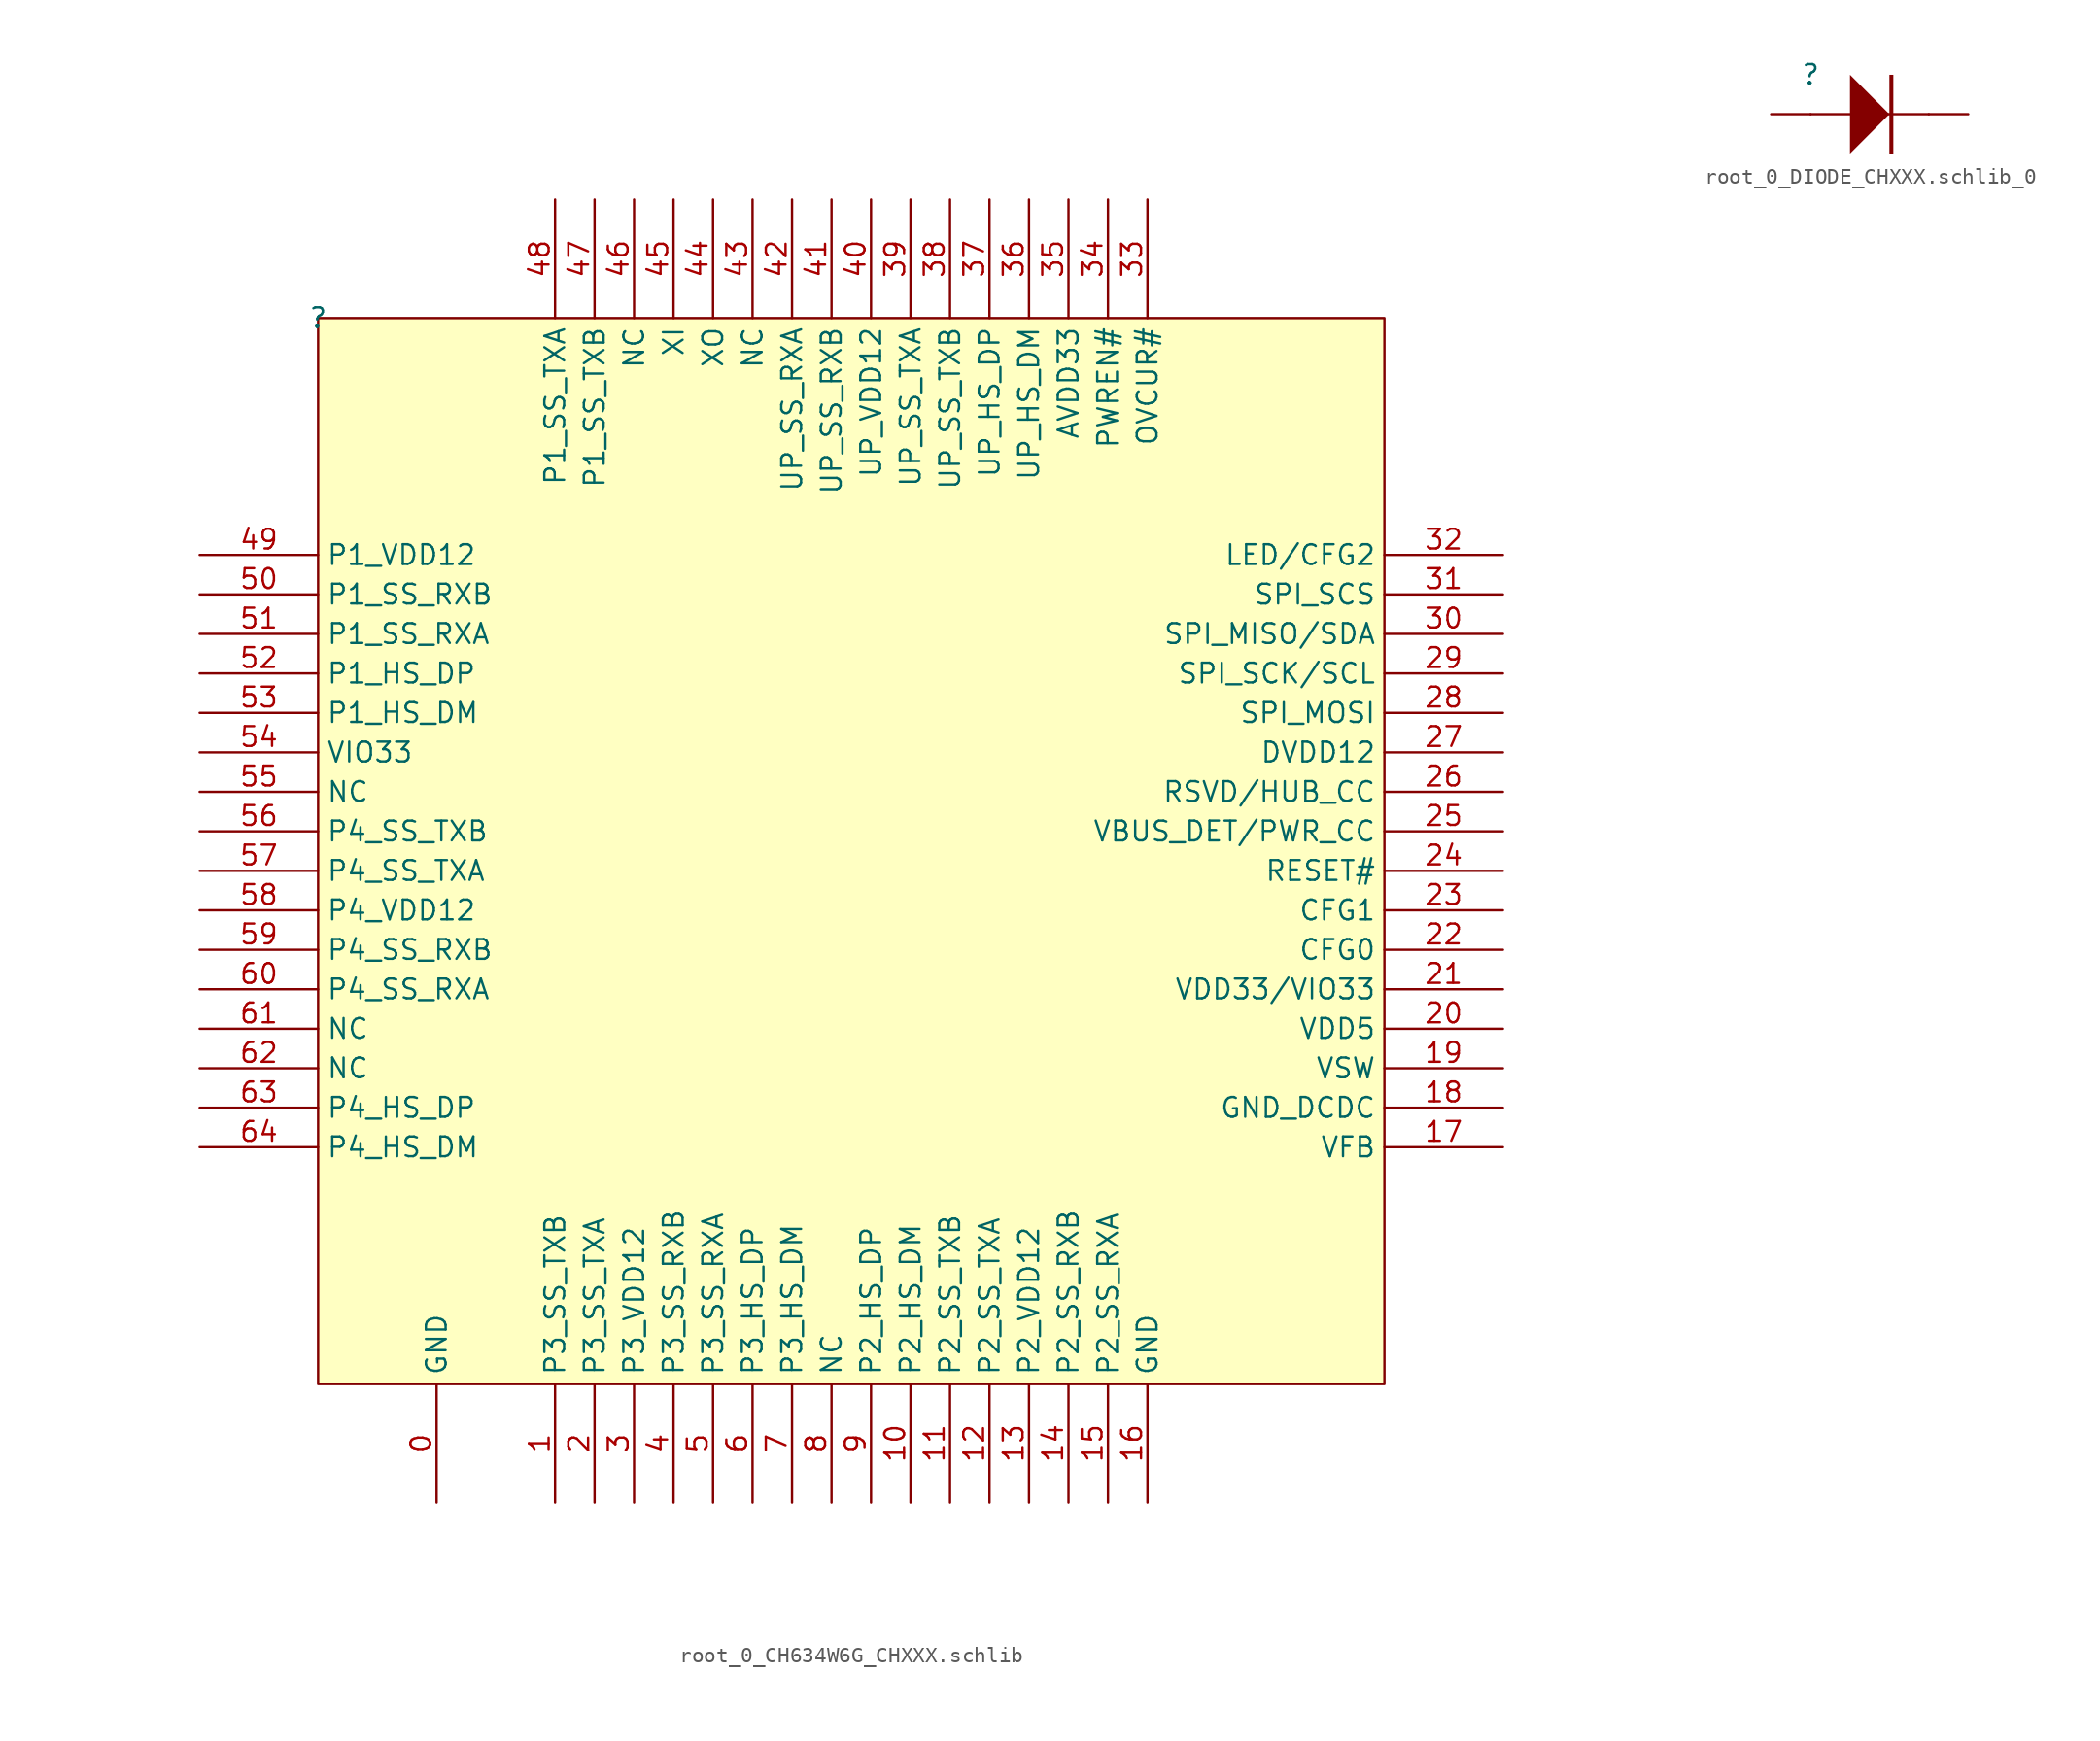
<source format=kicad_sym>
(kicad_symbol_lib
  (version 20241209)
  (generator "kicad_symbol_editor")
  (generator_version "9.0")
  (symbol "root_0_CH634W6G_CHXXX.schlib"
    (property "Reference" ""
      (at 0 0 0)
      (effects (font (size 1.27 1.27))))
    (property "Value" ""
      (at 0 0 0)
      (effects (font (size 1.27 1.27))))
    (symbol "root_0_CH634W6G_CHXXX.schlib_1_0"
      (rectangle (start 68.58 0) (end 0 -68.58) (stroke (width 0) (type solid) (color 128 0 0 1)) (fill (type background)))
      (pin power_in line (at -7.62 -15.24 0) (length 7.62) (name "P1_VDD12" (effects (font (size 1.27 1.27)))) (number "49" (effects (font (size 1.27 1.27)))))
      (pin bidirectional line (at -7.62 -17.78 0) (length 7.62) (name "P1_SS_RXB" (effects (font (size 1.27 1.27)))) (number "50" (effects (font (size 1.27 1.27)))))
      (pin bidirectional line (at -7.62 -20.32 0) (length 7.62) (name "P1_SS_RXA" (effects (font (size 1.27 1.27)))) (number "51" (effects (font (size 1.27 1.27)))))
      (pin bidirectional line (at -7.62 -22.86 0) (length 7.62) (name "P1_HS_DP" (effects (font (size 1.27 1.27)))) (number "52" (effects (font (size 1.27 1.27)))))
      (pin bidirectional line (at -7.62 -25.4 0) (length 7.62) (name "P1_HS_DM" (effects (font (size 1.27 1.27)))) (number "53" (effects (font (size 1.27 1.27)))))
      (pin power_in line (at -7.62 -27.94 0) (length 7.62) (name "VIO33" (effects (font (size 1.27 1.27)))) (number "54" (effects (font (size 1.27 1.27)))))
      (pin passive line (at -7.62 -30.48 0) (length 7.62) (name "NC" (effects (font (size 1.27 1.27)))) (number "55" (effects (font (size 1.27 1.27)))))
      (pin bidirectional line (at -7.62 -33.02 0) (length 7.62) (name "P4_SS_TXB" (effects (font (size 1.27 1.27)))) (number "56" (effects (font (size 1.27 1.27)))))
      (pin bidirectional line (at -7.62 -35.56 0) (length 7.62) (name "P4_SS_TXA" (effects (font (size 1.27 1.27)))) (number "57" (effects (font (size 1.27 1.27)))))
      (pin power_in line (at -7.62 -38.1 0) (length 7.62) (name "P4_VDD12" (effects (font (size 1.27 1.27)))) (number "58" (effects (font (size 1.27 1.27)))))
      (pin bidirectional line (at -7.62 -40.64 0) (length 7.62) (name "P4_SS_RXB" (effects (font (size 1.27 1.27)))) (number "59" (effects (font (size 1.27 1.27)))))
      (pin bidirectional line (at -7.62 -43.18 0) (length 7.62) (name "P4_SS_RXA" (effects (font (size 1.27 1.27)))) (number "60" (effects (font (size 1.27 1.27)))))
      (pin passive line (at -7.62 -45.72 0) (length 7.62) (name "NC" (effects (font (size 1.27 1.27)))) (number "61" (effects (font (size 1.27 1.27)))))
      (pin passive line (at -7.62 -48.26 0) (length 7.62) (name "NC" (effects (font (size 1.27 1.27)))) (number "62" (effects (font (size 1.27 1.27)))))
      (pin bidirectional line (at -7.62 -50.8 0) (length 7.62) (name "P4_HS_DP" (effects (font (size 1.27 1.27)))) (number "63" (effects (font (size 1.27 1.27)))))
      (pin bidirectional line (at -7.62 -53.34 0) (length 7.62) (name "P4_HS_DM" (effects (font (size 1.27 1.27)))) (number "64" (effects (font (size 1.27 1.27)))))
      (pin power_in line (at 7.62 -76.2 90) (length 7.62) (name "GND" (effects (font (size 1.27 1.27)))) (number "0" (effects (font (size 1.27 1.27)))))
      (pin bidirectional line (at 15.24 7.62 270) (length 7.62) (name "P1_SS_TXA" (effects (font (size 1.27 1.27)))) (number "48" (effects (font (size 1.27 1.27)))))
      (pin bidirectional line (at 15.24 -76.2 90) (length 7.62) (name "P3_SS_TXB" (effects (font (size 1.27 1.27)))) (number "1" (effects (font (size 1.27 1.27)))))
      (pin bidirectional line (at 17.78 7.62 270) (length 7.62) (name "P1_SS_TXB" (effects (font (size 1.27 1.27)))) (number "47" (effects (font (size 1.27 1.27)))))
      (pin bidirectional line (at 17.78 -76.2 90) (length 7.62) (name "P3_SS_TXA" (effects (font (size 1.27 1.27)))) (number "2" (effects (font (size 1.27 1.27)))))
      (pin passive line (at 20.32 7.62 270) (length 7.62) (name "NC" (effects (font (size 1.27 1.27)))) (number "46" (effects (font (size 1.27 1.27)))))
      (pin power_in line (at 20.32 -76.2 90) (length 7.62) (name "P3_VDD12" (effects (font (size 1.27 1.27)))) (number "3" (effects (font (size 1.27 1.27)))))
      (pin input line (at 22.86 7.62 270) (length 7.62) (name "XI" (effects (font (size 1.27 1.27)))) (number "45" (effects (font (size 1.27 1.27)))))
      (pin bidirectional line (at 22.86 -76.2 90) (length 7.62) (name "P3_SS_RXB" (effects (font (size 1.27 1.27)))) (number "4" (effects (font (size 1.27 1.27)))))
      (pin bidirectional line (at 25.4 7.62 270) (length 7.62) (name "XO" (effects (font (size 1.27 1.27)))) (number "44" (effects (font (size 1.27 1.27)))))
      (pin bidirectional line (at 25.4 -76.2 90) (length 7.62) (name "P3_SS_RXA" (effects (font (size 1.27 1.27)))) (number "5" (effects (font (size 1.27 1.27)))))
      (pin passive line (at 27.94 7.62 270) (length 7.62) (name "NC" (effects (font (size 1.27 1.27)))) (number "43" (effects (font (size 1.27 1.27)))))
      (pin bidirectional line (at 27.94 -76.2 90) (length 7.62) (name "P3_HS_DP" (effects (font (size 1.27 1.27)))) (number "6" (effects (font (size 1.27 1.27)))))
      (pin bidirectional line (at 30.48 7.62 270) (length 7.62) (name "UP_SS_RXA" (effects (font (size 1.27 1.27)))) (number "42" (effects (font (size 1.27 1.27)))))
      (pin bidirectional line (at 30.48 -76.2 90) (length 7.62) (name "P3_HS_DM" (effects (font (size 1.27 1.27)))) (number "7" (effects (font (size 1.27 1.27)))))
      (pin bidirectional line (at 33.02 7.62 270) (length 7.62) (name "UP_SS_RXB" (effects (font (size 1.27 1.27)))) (number "41" (effects (font (size 1.27 1.27)))))
      (pin passive line (at 33.02 -76.2 90) (length 7.62) (name "NC" (effects (font (size 1.27 1.27)))) (number "8" (effects (font (size 1.27 1.27)))))
      (pin power_in line (at 35.56 7.62 270) (length 7.62) (name "UP_VDD12" (effects (font (size 1.27 1.27)))) (number "40" (effects (font (size 1.27 1.27)))))
      (pin bidirectional line (at 35.56 -76.2 90) (length 7.62) (name "P2_HS_DP" (effects (font (size 1.27 1.27)))) (number "9" (effects (font (size 1.27 1.27)))))
      (pin bidirectional line (at 38.1 7.62 270) (length 7.62) (name "UP_SS_TXA" (effects (font (size 1.27 1.27)))) (number "39" (effects (font (size 1.27 1.27)))))
      (pin bidirectional line (at 38.1 -76.2 90) (length 7.62) (name "P2_HS_DM" (effects (font (size 1.27 1.27)))) (number "10" (effects (font (size 1.27 1.27)))))
      (pin bidirectional line (at 40.64 7.62 270) (length 7.62) (name "UP_SS_TXB" (effects (font (size 1.27 1.27)))) (number "38" (effects (font (size 1.27 1.27)))))
      (pin bidirectional line (at 40.64 -76.2 90) (length 7.62) (name "P2_SS_TXB" (effects (font (size 1.27 1.27)))) (number "11" (effects (font (size 1.27 1.27)))))
      (pin bidirectional line (at 43.18 7.62 270) (length 7.62) (name "UP_HS_DP" (effects (font (size 1.27 1.27)))) (number "37" (effects (font (size 1.27 1.27)))))
      (pin bidirectional line (at 43.18 -76.2 90) (length 7.62) (name "P2_SS_TXA" (effects (font (size 1.27 1.27)))) (number "12" (effects (font (size 1.27 1.27)))))
      (pin bidirectional line (at 45.72 7.62 270) (length 7.62) (name "UP_HS_DM" (effects (font (size 1.27 1.27)))) (number "36" (effects (font (size 1.27 1.27)))))
      (pin power_in line (at 45.72 -76.2 90) (length 7.62) (name "P2_VDD12" (effects (font (size 1.27 1.27)))) (number "13" (effects (font (size 1.27 1.27)))))
      (pin power_in line (at 48.26 7.62 270) (length 7.62) (name "AVDD33" (effects (font (size 1.27 1.27)))) (number "35" (effects (font (size 1.27 1.27)))))
      (pin bidirectional line (at 48.26 -76.2 90) (length 7.62) (name "P2_SS_RXB" (effects (font (size 1.27 1.27)))) (number "14" (effects (font (size 1.27 1.27)))))
      (pin bidirectional line (at 50.8 7.62 270) (length 7.62) (name "PWREN#" (effects (font (size 1.27 1.27)))) (number "34" (effects (font (size 1.27 1.27)))))
      (pin bidirectional line (at 50.8 -76.2 90) (length 7.62) (name "P2_SS_RXA" (effects (font (size 1.27 1.27)))) (number "15" (effects (font (size 1.27 1.27)))))
      (pin bidirectional line (at 53.34 7.62 270) (length 7.62) (name "OVCUR#" (effects (font (size 1.27 1.27)))) (number "33" (effects (font (size 1.27 1.27)))))
      (pin power_in line (at 53.34 -76.2 90) (length 7.62) (name "GND" (effects (font (size 1.27 1.27)))) (number "16" (effects (font (size 1.27 1.27)))))
      (pin bidirectional line (at 76.2 -15.24 180) (length 7.62) (name "LED/CFG2" (effects (font (size 1.27 1.27)))) (number "32" (effects (font (size 1.27 1.27)))))
      (pin bidirectional line (at 76.2 -17.78 180) (length 7.62) (name "SPI_SCS" (effects (font (size 1.27 1.27)))) (number "31" (effects (font (size 1.27 1.27)))))
      (pin bidirectional line (at 76.2 -20.32 180) (length 7.62) (name "SPI_MISO/SDA" (effects (font (size 1.27 1.27)))) (number "30" (effects (font (size 1.27 1.27)))))
      (pin bidirectional line (at 76.2 -22.86 180) (length 7.62) (name "SPI_SCK/SCL" (effects (font (size 1.27 1.27)))) (number "29" (effects (font (size 1.27 1.27)))))
      (pin bidirectional line (at 76.2 -25.4 180) (length 7.62) (name "SPI_MOSI" (effects (font (size 1.27 1.27)))) (number "28" (effects (font (size 1.27 1.27)))))
      (pin power_in line (at 76.2 -27.94 180) (length 7.62) (name "DVDD12" (effects (font (size 1.27 1.27)))) (number "27" (effects (font (size 1.27 1.27)))))
      (pin bidirectional line (at 76.2 -30.48 180) (length 7.62) (name "RSVD/HUB_CC" (effects (font (size 1.27 1.27)))) (number "26" (effects (font (size 1.27 1.27)))))
      (pin bidirectional line (at 76.2 -33.02 180) (length 7.62) (name "VBUS_DET/PWR_CC" (effects (font (size 1.27 1.27)))) (number "25" (effects (font (size 1.27 1.27)))))
      (pin bidirectional line (at 76.2 -35.56 180) (length 7.62) (name "RESET#" (effects (font (size 1.27 1.27)))) (number "24" (effects (font (size 1.27 1.27)))))
      (pin bidirectional line (at 76.2 -38.1 180) (length 7.62) (name "CFG1" (effects (font (size 1.27 1.27)))) (number "23" (effects (font (size 1.27 1.27)))))
      (pin bidirectional line (at 76.2 -40.64 180) (length 7.62) (name "CFG0" (effects (font (size 1.27 1.27)))) (number "22" (effects (font (size 1.27 1.27)))))
      (pin power_in line (at 76.2 -43.18 180) (length 7.62) (name "VDD33/VIO33" (effects (font (size 1.27 1.27)))) (number "21" (effects (font (size 1.27 1.27)))))
      (pin power_in line (at 76.2 -45.72 180) (length 7.62) (name "VDD5" (effects (font (size 1.27 1.27)))) (number "20" (effects (font (size 1.27 1.27)))))
      (pin power_in line (at 76.2 -48.26 180) (length 7.62) (name "VSW" (effects (font (size 1.27 1.27)))) (number "19" (effects (font (size 1.27 1.27)))))
      (pin power_in line (at 76.2 -50.8 180) (length 7.62) (name "GND_DCDC" (effects (font (size 1.27 1.27)))) (number "18" (effects (font (size 1.27 1.27)))))
      (pin power_in line (at 76.2 -53.34 180) (length 7.62) (name "VFB" (effects (font (size 1.27 1.27)))) (number "17" (effects (font (size 1.27 1.27)))))))
  (symbol "root_0_DIODE_CHXXX.schlib_0"
    (pin_numbers
      (hide yes))
    (pin_names
      (hide yes))
    (property "Reference" ""
      (at 0 0 0)
      (effects (font (size 1.27 1.27))))
    (property "Value" ""
      (at 0 0 0)
      (effects (font (size 1.27 1.27))))
    (symbol "root_0_DIODE_CHXXX.schlib_0_1_0"
      (polyline (pts (xy 0 -2.54) (xy 7.62 -2.54)) (stroke (width 0) (type solid)) (fill (type none)))
      (polyline (pts (xy 2.54 0) (xy 5.08 -2.54) (xy 2.54 -5.08) (xy 2.54 0)) (stroke (width -0.0001) (type solid)) (fill (type outline)))
      (polyline (pts (xy 5.08 -5.08) (xy 5.334 -5.08) (xy 5.334 0) (xy 5.08 0) (xy 5.08 -5.08)) (stroke (width -0.0001) (type solid)) (fill (type outline)))
      (pin passive line (at -2.54 -2.54 0) (length 2.54) (name "A" (effects (font (size 1.27 1.27)))) (number "1" (effects (font (size 1.27 1.27)))))
      (pin passive line (at 10.16 -2.54 180) (length 2.54) (name "K" (effects (font (size 1.27 1.27)))) (number "2" (effects (font (size 1.27 1.27))))))))
</source>
